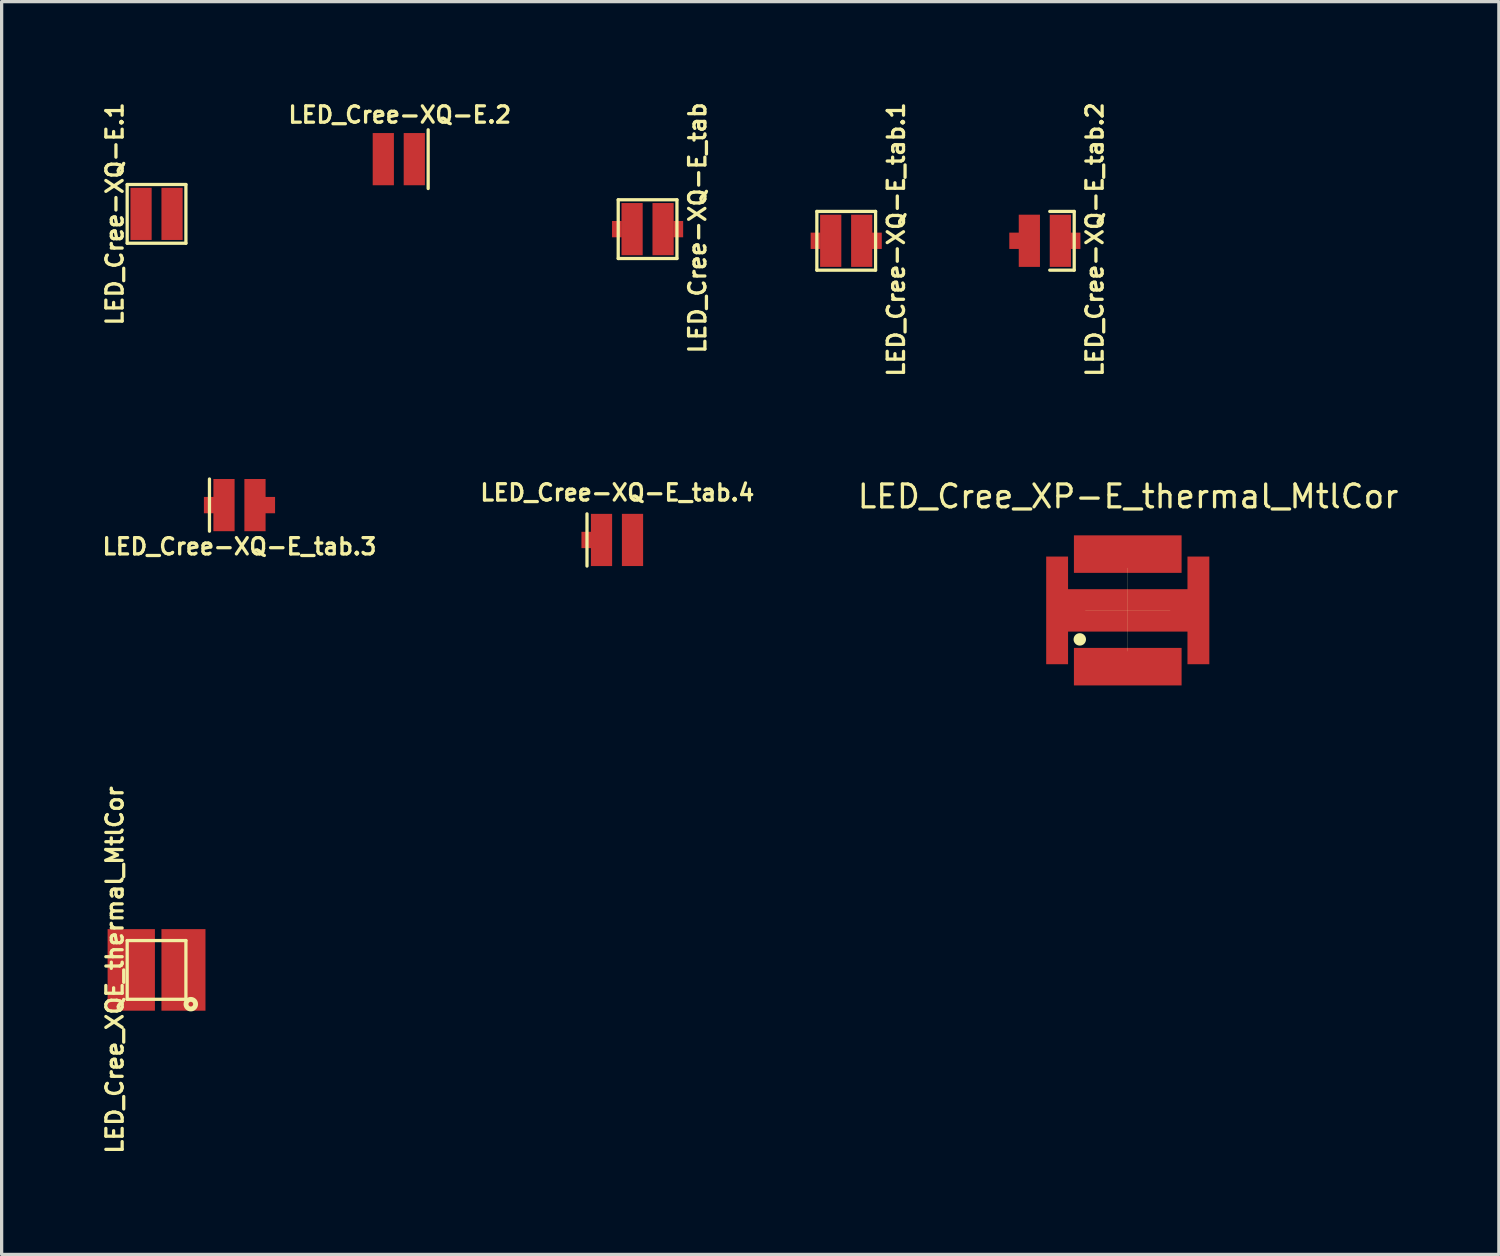
<source format=kicad_pcb>
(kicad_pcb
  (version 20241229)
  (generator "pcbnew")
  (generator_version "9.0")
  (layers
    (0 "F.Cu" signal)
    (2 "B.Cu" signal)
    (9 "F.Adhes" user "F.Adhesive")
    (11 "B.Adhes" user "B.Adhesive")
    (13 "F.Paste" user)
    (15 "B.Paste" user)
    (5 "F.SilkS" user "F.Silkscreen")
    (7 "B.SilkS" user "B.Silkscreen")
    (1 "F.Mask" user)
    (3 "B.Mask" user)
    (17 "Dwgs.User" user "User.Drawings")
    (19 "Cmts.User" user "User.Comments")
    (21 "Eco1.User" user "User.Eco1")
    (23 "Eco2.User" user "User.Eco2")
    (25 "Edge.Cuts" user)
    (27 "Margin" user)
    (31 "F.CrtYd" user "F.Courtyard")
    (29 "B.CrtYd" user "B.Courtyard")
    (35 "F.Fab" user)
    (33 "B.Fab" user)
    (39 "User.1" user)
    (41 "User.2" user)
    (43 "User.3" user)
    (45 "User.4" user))
  (footprint "LED_Cree_XP-E_thermal_MtlCor"
    (layer "F.Cu")
    (at 31.515 15.658)
    (property "Reference" "LED_Cree_XP-E_thermal_MtlCor" (at 0.01 -3.493 0) (layer "F.SilkS") (effects (font (size 0.7 0.7) (thickness 0.1))))
    (attr smd)
    (fp_poly (pts (xy -1.65 -1.65) (xy -1.65 -1.15) (xy 1.65 -1.15) (xy 1.65 -1.65)) (stroke (width 0) (type solid)) (fill yes) (layer "F.Mask"))
    (fp_poly (pts (xy -1.65 -0.65) (xy 1.65 -0.65) (xy 1.65 0.65) (xy -1.65 0.65)) (stroke (width 0) (type solid)) (fill yes) (layer "F.Mask"))
    (fp_poly (pts (xy -1.65 1.15) (xy -1.65 1.65) (xy 1.65 1.65) (xy 1.65 1.15)) (stroke (width 0) (type solid)) (fill yes) (layer "F.Mask"))
    (fp_line (start -1.47 0.889) (end -1.47 0.889) (stroke (width 0.381) (type solid)) (layer "F.SilkS"))
    (fp_line (start -1.3 0) (end 1.3 0) (stroke (width 0.005) (type solid)) (layer "F.SilkS"))
    (fp_line (start 0 1.25) (end 0 -1.3) (stroke (width 0.005) (type solid)) (layer "F.SilkS"))
    (fp_poly (pts (xy 1.25 -0.5) (xy 1.25 0.5) (xy -1.25 0.5) (xy -1.25 -0.5)) (stroke (width 0) (type solid)) (fill yes) (layer "F.Paste"))
    (fp_poly (pts (xy 1.26 -1.15) (xy -1.25 -1.15) (xy -1.25 -1.65) (xy 1.26 -1.65)) (stroke (width 0) (type solid)) (fill yes) (layer "F.Paste"))
    (fp_poly (pts (xy 1.26 1.65) (xy -1.25 1.65) (xy -1.25 1.15) (xy 1.26 1.15)) (stroke (width 0) (type solid)) (fill yes) (layer "F.Paste"))
    (pad "1" smd rect (at 0 1.4) (size 0.1 0.1) (layers "F.Cu"))
    (pad "1" smd custom (at 0 1.4) (size 2.5 0.5) (layers "F.Cu") (options (anchor rect)) (primitives (gr_poly (pts (xy -1.65 -0.25) (xy -1.65 0.9) (xy 1.65 0.9) (xy 1.65 -0.25)) (width 0) (fill yes))))
    (pad "2" smd rect (at 0 -1.4) (size 0.1 0.1) (layers "F.Cu"))
    (pad "2" smd custom (at 0 -1.4) (size 2.5 0.5) (layers "F.Cu") (options (anchor rect)) (primitives (gr_poly (pts (xy 1.65 0.25) (xy 1.65 -0.9) (xy -1.65 -0.9) (xy -1.65 0.25)) (width 0) (fill yes))))
    (pad "3" smd custom (at 0 0) (size 0.1 0.1) (layers "F.Cu") (options (anchor rect)) (primitives (gr_poly (pts (xy 2.5 -1.65) (xy 2.5 1.65) (xy 1.83 1.65) (xy 1.83 0.65) (xy -1.83 0.65) (xy -1.83 1.65) (xy -2.5 1.65) (xy -2.5 -1.65) (xy -1.83 -1.65) (xy -1.83 -0.65) (xy 1.83 -0.65) (xy 1.83 -1.65)) (width 0) (fill yes)))))
  (footprint "LED_Cree-XQ-E_tab.4"
    (layer "F.Cu")
    (at 15.861 13.499)
    (property "Reference" "LED_Cree-XQ-E_tab.4" (at 0.01 -1.45 180) (layer "F.SilkS") (effects (font (size 0.5 0.5) (thickness 0.1))))
    (attr smd)
    (fp_line (start -0.92 -0.8) (end -0.92 0.8) (stroke (width 0.1) (type solid)) (layer "F.SilkS"))
    (pad "1" smd rect (at 0.475 0) (size 0.65 1.6) (layers "F.Cu" "F.Mask" "F.Paste"))
    (pad "2" smd custom (at -0.475 0) (size 0.65 1.6) (layers "F.Cu" "F.Mask" "F.Paste") (options (anchor rect)) (primitives (gr_poly (pts (xy -0.615 -0.25) (xy -0.255 -0.25) (xy -0.255 0.25) (xy -0.615 0.25)) (width 0.001) (fill yes)))))
  (footprint "LED_Cree-XQ-E_tab.1"
    (layer "F.Cu")
    (at 22.886 4.33)
    (property "Reference" "LED_Cree-XQ-E_tab.1" (at 1.53 -0.04 90) (layer "F.SilkS") (effects (font (size 0.5 0.5) (thickness 0.1))))
    (attr through_hole)
    (fp_line (start -0.9 -0.9) (end -0.9 0.9) (stroke (width 0.1) (type solid)) (layer "F.SilkS"))
    (fp_line (start -0.9 -0.9) (end 0.9 -0.9) (stroke (width 0.1) (type solid)) (layer "F.SilkS"))
    (fp_line (start 0.9 -0.9) (end 0.9 0.9) (stroke (width 0.1) (type solid)) (layer "F.SilkS"))
    (fp_line (start 0.9 0.9) (end -0.9 0.9) (stroke (width 0.1) (type solid)) (layer "F.SilkS"))
    (pad "1" smd rect (at -0.94 0) (size 0.3 0.5) (layers "F.Cu" "F.Mask" "F.Paste"))
    (pad "1" smd rect (at -0.475 0) (size 0.65 1.6) (layers "F.Cu" "F.Mask" "F.Paste"))
    (pad "2" smd rect (at 0.475 0) (size 0.65 1.6) (layers "F.Cu" "F.Mask" "F.Paste"))
    (pad "2" smd rect (at 0.94 0) (size 0.3 0.5) (layers "F.Cu" "F.Mask" "F.Paste")))
  (footprint "LED_Cree_XQE_thermal_MtlCor"
    (layer "F.Cu")
    (at 1.748 26.677)
    (property "Reference" "LED_Cree_XQE_thermal_MtlCor" (at -1.28 0 90) (layer "F.SilkS") (effects (font (size 0.5 0.5) (thickness 0.1))))
    (attr through_hole)
    (fp_poly (pts (xy -0.15 -0.8) (xy -0.15 0.8) (xy -0.8 0.8) (xy -0.8 -0.8)) (stroke (width 0) (type solid)) (fill yes) (layer "F.Mask"))
    (fp_poly (pts (xy 0.8 -0.8) (xy 0.8 0.8) (xy 0.15 0.8) (xy 0.15 -0.8)) (stroke (width 0) (type solid)) (fill yes) (layer "F.Mask"))
    (fp_line (start -0.9 -0.9) (end -0.9 0.9) (stroke (width 0.1) (type solid)) (layer "F.SilkS"))
    (fp_line (start -0.9 -0.9) (end 0.9 -0.9) (stroke (width 0.1) (type solid)) (layer "F.SilkS"))
    (fp_line (start 0.9 -0.9) (end 0.9 0.9) (stroke (width 0.1) (type solid)) (layer "F.SilkS"))
    (fp_line (start 0.9 0.9) (end -0.9 0.9) (stroke (width 0.1) (type solid)) (layer "F.SilkS"))
    (fp_circle (center 1.05 1.05) (end 1.09 0.99) (stroke (width 0.15) (type solid)) (fill no) (layer "F.SilkS"))
    (fp_poly (pts (xy -0.2 -0.75) (xy -0.75 -0.75) (xy -0.75 0.75) (xy -0.2 0.75)) (stroke (width 0) (type solid)) (fill yes) (layer "F.Paste"))
    (fp_poly (pts (xy 0.75 -0.75) (xy 0.2 -0.75) (xy 0.2 0.75) (xy 0.75 0.75)) (stroke (width 0) (type solid)) (fill yes) (layer "F.Paste"))
    (pad "1" smd custom (at 0.475 0) (size 0.65 1.6) (layers "F.Cu") (options (anchor rect)) (primitives (gr_poly (pts (xy -0.325 0) (xy -0.325 -1.25) (xy 1.025 -1.25) (xy 1.025 1.25) (xy -0.325 1.25)) (width 0) (fill yes))))
    (pad "2" smd custom (at -0.475 0) (size 0.6 1.6) (layers "F.Cu") (options (anchor rect)) (primitives (gr_poly (pts (xy 0.425 -1.25) (xy -1.025 -1.25) (xy -1.025 1.25) (xy 0.425 1.25)) (width 0) (fill yes)))))
  (footprint "LED_Cree-XQ-E_tab"
    (layer "F.Cu")
    (at 16.798 3.973)
    (property "Reference" "LED_Cree-XQ-E_tab" (at 1.53 -0.04 90) (layer "F.SilkS") (effects (font (size 0.5 0.5) (thickness 0.1))))
    (attr through_hole)
    (fp_line (start -0.9 -0.9) (end -0.9 0.9) (stroke (width 0.1) (type solid)) (layer "F.SilkS"))
    (fp_line (start -0.9 -0.9) (end 0.9 -0.9) (stroke (width 0.1) (type solid)) (layer "F.SilkS"))
    (fp_line (start 0.9 -0.9) (end 0.9 0.9) (stroke (width 0.1) (type solid)) (layer "F.SilkS"))
    (fp_line (start 0.9 0.9) (end -0.9 0.9) (stroke (width 0.1) (type solid)) (layer "F.SilkS"))
    (pad "1" smd rect (at -0.94 0) (size 0.3 0.5) (layers "F.Cu" "F.Mask" "F.Paste"))
    (pad "1" smd rect (at -0.475 0) (size 0.65 1.6) (layers "F.Cu" "F.Mask" "F.Paste"))
    (pad "2" smd rect (at 0.475 0) (size 0.65 1.6) (layers "F.Cu" "F.Mask" "F.Paste"))
    (pad "2" smd rect (at 0.94 0) (size 0.3 0.5) (layers "F.Cu" "F.Mask" "F.Paste")))
  (footprint "LED_Cree-XQ-E.1"
    (layer "F.Cu")
    (at 1.748 3.505)
    (property "Reference" "LED_Cree-XQ-E.1" (at -1.28 0 90) (layer "F.SilkS") (effects (font (size 0.5 0.5) (thickness 0.1))))
    (attr through_hole)
    (fp_line (start -0.9 -0.9) (end -0.9 0.9) (stroke (width 0.1) (type solid)) (layer "F.SilkS"))
    (fp_line (start -0.9 -0.9) (end 0.9 -0.9) (stroke (width 0.1) (type solid)) (layer "F.SilkS"))
    (fp_line (start 0.9 -0.9) (end 0.9 0.9) (stroke (width 0.1) (type solid)) (layer "F.SilkS"))
    (fp_line (start 0.9 0.9) (end -0.9 0.9) (stroke (width 0.1) (type solid)) (layer "F.SilkS"))
    (pad "1" smd rect (at -0.475 0) (size 0.65 1.6) (layers "F.Cu" "F.Mask" "F.Paste"))
    (pad "2" smd rect (at 0.475 0) (size 0.65 1.6) (layers "F.Cu" "F.Mask" "F.Paste")))
  (footprint "LED_Cree-XQ-E_tab.3"
    (layer "F.Cu")
    (at 4.29 12.431)
    (property "Reference" "LED_Cree-XQ-E_tab.3" (at 0 1.27 180) (layer "F.SilkS") (effects (font (size 0.5 0.5) (thickness 0.1))))
    (attr smd)
    (fp_line (start -0.92 -0.8) (end -0.92 0.8) (stroke (width 0.1) (type solid)) (layer "F.SilkS"))
    (pad "1" smd custom (at 0.475 0) (size 0.65 1.6) (layers "F.Cu" "F.Mask" "F.Paste") (options (anchor rect)) (primitives (gr_poly (pts (xy 0.255 -0.25) (xy 0.615 -0.25) (xy 0.615 0.25) (xy 0.255 0.25)) (width 0.001) (fill yes))))
    (pad "2" smd custom (at -0.475 0) (size 0.65 1.6) (layers "F.Cu" "F.Mask" "F.Paste") (options (anchor rect)) (primitives (gr_poly (pts (xy -0.615 -0.25) (xy -0.255 -0.25) (xy -0.255 0.25) (xy -0.615 0.25)) (width 0.001) (fill yes)))))
  (footprint "LED_Cree-XQ-E.2"
    (layer "F.Cu")
    (at 9.173 1.828)
    (property "Reference" "LED_Cree-XQ-E.2" (at 0.03 -1.36 180) (layer "F.SilkS") (effects (font (size 0.5 0.5) (thickness 0.1))))
    (attr smd)
    (fp_line (start 0.9 -0.9) (end 0.9 0.9) (stroke (width 0.1) (type solid)) (layer "F.SilkS"))
    (pad "1" smd rect (at -0.475 0) (size 0.65 1.6) (layers "F.Cu" "F.Mask" "F.Paste"))
    (pad "2" smd rect (at 0.475 0) (size 0.65 1.6) (layers "F.Cu" "F.Mask" "F.Paste")))
  (footprint "LED_Cree-XQ-E_tab.2"
    (layer "F.Cu")
    (at 28.974 4.33)
    (property "Reference" "LED_Cree-XQ-E_tab.2" (at 1.53 -0.04 90) (layer "F.SilkS") (effects (font (size 0.5 0.5) (thickness 0.1))))
    (attr through_hole)
    (fp_line (start 0.15 -0.9) (end 0.9 -0.9) (stroke (width 0.1) (type solid)) (layer "F.SilkS"))
    (fp_line (start 0.9 -0.9) (end 0.9 0.9) (stroke (width 0.1) (type solid)) (layer "F.SilkS"))
    (fp_line (start 0.9 0.9) (end 0.15 0.9) (stroke (width 0.1) (type solid)) (layer "F.SilkS"))
    (pad "1" smd rect (at -0.94 0) (size 0.3 0.5) (layers "F.Cu" "F.Mask" "F.Paste"))
    (pad "1" smd rect (at -0.475 0) (size 0.65 1.6) (layers "F.Cu" "F.Mask" "F.Paste"))
    (pad "2" smd rect (at 0.475 0) (size 0.65 1.6) (layers "F.Cu" "F.Mask" "F.Paste"))
    (pad "2" smd rect (at 0.94 0) (size 0.3 0.5) (layers "F.Cu" "F.Mask" "F.Paste")))
  (gr_rect
    (start -3 -3)
    (end 42.889 35.397)
    (stroke (width 0.1) (type default))
    (fill no)
    (layer "Edge.Cuts")))
</source>
